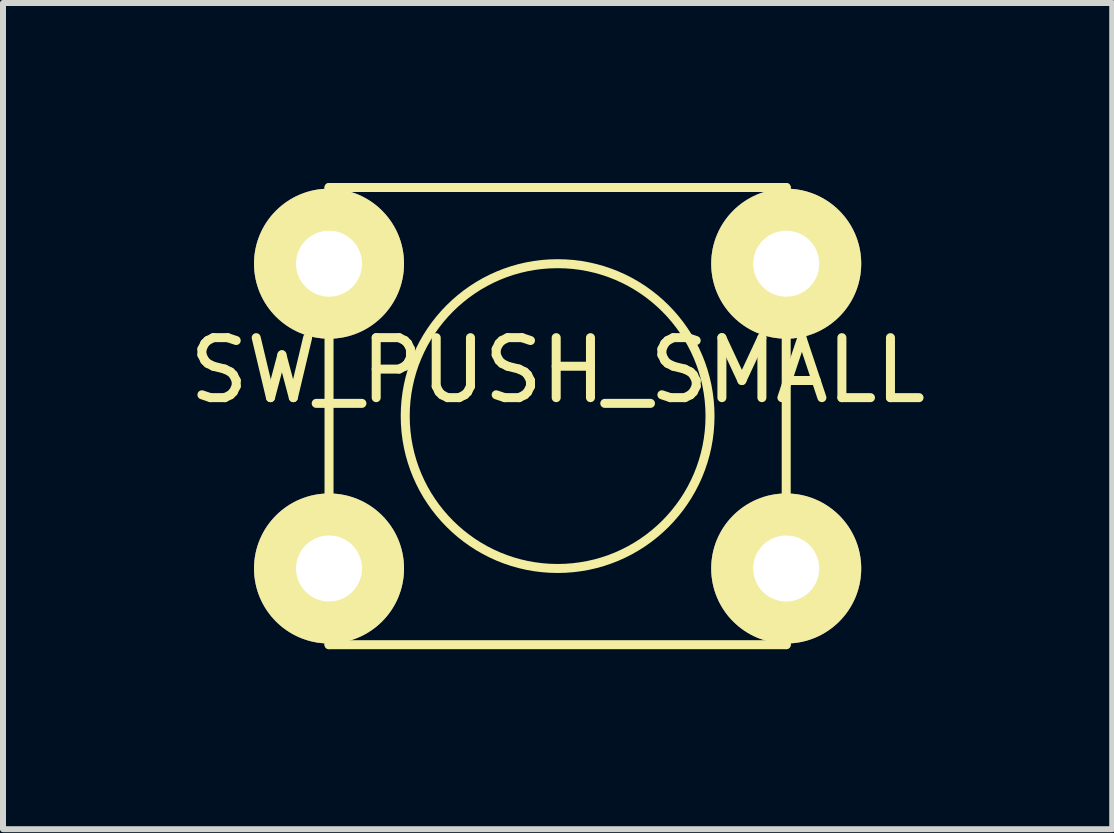
<source format=kicad_pcb>
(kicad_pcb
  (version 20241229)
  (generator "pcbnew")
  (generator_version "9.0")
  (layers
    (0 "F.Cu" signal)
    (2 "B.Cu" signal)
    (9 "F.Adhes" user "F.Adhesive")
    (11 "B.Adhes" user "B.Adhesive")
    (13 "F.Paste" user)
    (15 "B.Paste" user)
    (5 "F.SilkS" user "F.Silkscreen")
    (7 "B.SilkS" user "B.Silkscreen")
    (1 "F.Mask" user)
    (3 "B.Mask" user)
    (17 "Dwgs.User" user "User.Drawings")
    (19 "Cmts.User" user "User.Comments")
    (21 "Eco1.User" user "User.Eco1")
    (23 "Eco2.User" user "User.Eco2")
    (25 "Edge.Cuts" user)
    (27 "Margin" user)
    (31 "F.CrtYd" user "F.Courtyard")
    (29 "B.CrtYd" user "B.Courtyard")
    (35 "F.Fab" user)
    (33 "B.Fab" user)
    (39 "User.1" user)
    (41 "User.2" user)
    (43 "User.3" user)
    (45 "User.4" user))
  (footprint "SW_PUSH_SMALL"
    (layer "F.Cu")
    (at 6.244 3.885)
    (property "Reference" "SW_PUSH_SMALL" (at 0 -0.762 0) (layer "F.SilkS") (effects (font (size 1 1) (thickness 0.15))))
    (attr through_hole)
    (fp_line (start -3.81 -3.81) (end -3.81 3.81) (stroke (width 0.15) (type solid)) (layer "F.SilkS"))
    (fp_line (start -3.81 -3.81) (end 3.81 -3.81) (stroke (width 0.15) (type solid)) (layer "F.SilkS"))
    (fp_line (start 3.81 -3.81) (end 3.81 3.81) (stroke (width 0.15) (type solid)) (layer "F.SilkS"))
    (fp_line (start 3.81 3.81) (end -3.81 3.81) (stroke (width 0.15) (type solid)) (layer "F.SilkS"))
    (fp_circle (center 0 0) (end 0 -2.54) (stroke (width 0.15) (type solid)) (fill no) (layer "F.SilkS"))
    (pad "1" thru_hole circle (at -3.81 -2.54) (size 2.5 2.5) (drill 1.1) (layers "*.Cu" "*.Mask" "F.SilkS"))
    (pad "1" thru_hole circle (at 3.81 -2.54) (size 2.5 2.5) (drill 1.1) (layers "*.Cu" "*.Mask" "F.SilkS"))
    (pad "2" thru_hole circle (at -3.81 2.54) (size 2.5 2.5) (drill 1.1) (layers "*.Cu" "*.Mask" "F.SilkS"))
    (pad "2" thru_hole circle (at 3.81 2.54) (size 2.5 2.5) (drill 1.1) (layers "*.Cu" "*.Mask" "F.SilkS")))
  (gr_rect
    (start -3 -3)
    (end 15.488 10.77)
    (stroke (width 0.1) (type default))
    (fill no)
    (layer "Edge.Cuts")))
</source>
